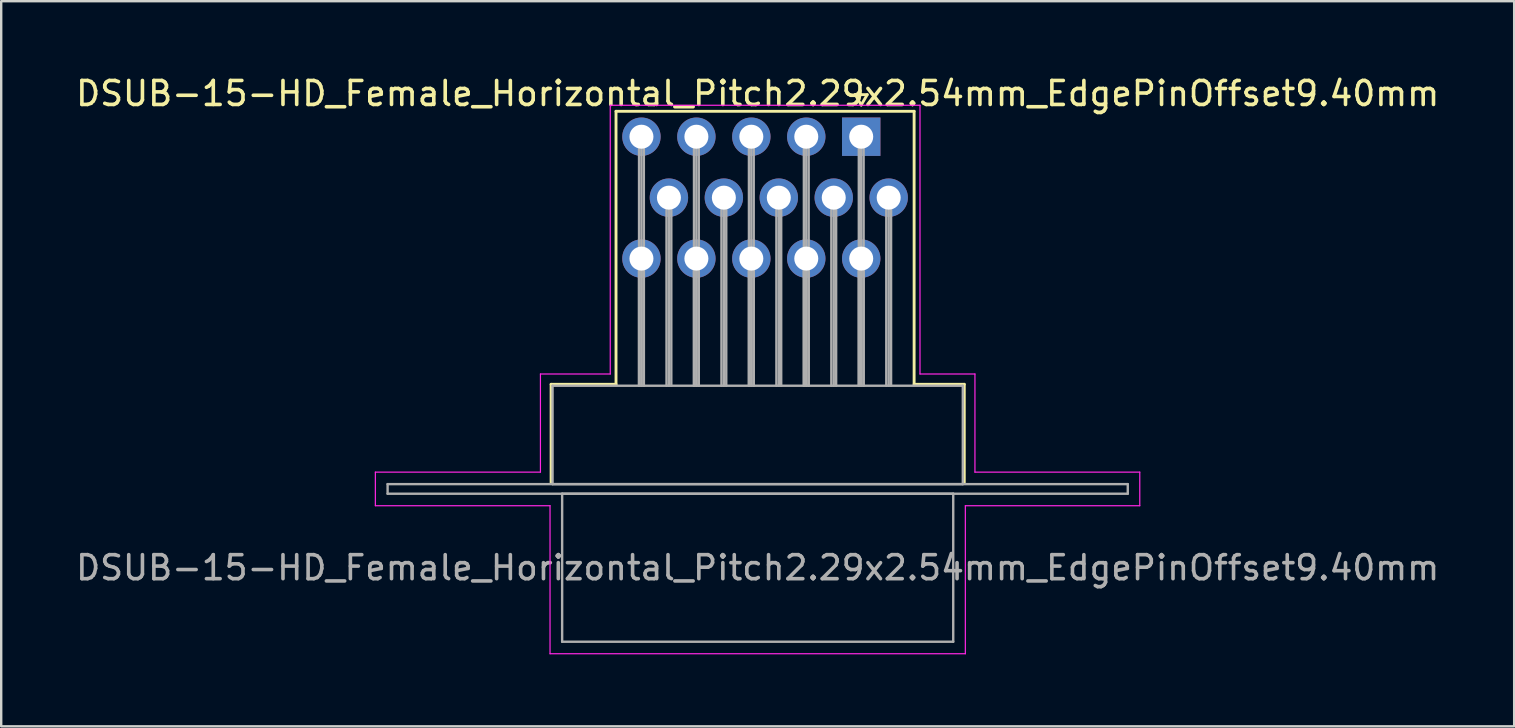
<source format=kicad_pcb>
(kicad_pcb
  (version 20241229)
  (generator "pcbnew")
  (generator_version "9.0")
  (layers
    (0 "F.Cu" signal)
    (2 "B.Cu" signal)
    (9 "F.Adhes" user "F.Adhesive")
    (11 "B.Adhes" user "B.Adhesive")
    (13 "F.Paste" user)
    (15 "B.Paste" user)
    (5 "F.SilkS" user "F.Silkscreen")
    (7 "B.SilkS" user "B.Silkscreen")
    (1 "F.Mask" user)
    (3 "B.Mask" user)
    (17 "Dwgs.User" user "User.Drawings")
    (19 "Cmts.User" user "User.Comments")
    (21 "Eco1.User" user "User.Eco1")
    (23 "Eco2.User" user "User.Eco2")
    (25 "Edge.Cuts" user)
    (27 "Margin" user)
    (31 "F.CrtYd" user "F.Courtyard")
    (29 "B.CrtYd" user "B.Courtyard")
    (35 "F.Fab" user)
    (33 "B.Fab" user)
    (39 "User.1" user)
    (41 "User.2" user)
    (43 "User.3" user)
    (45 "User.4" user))
  (footprint "DSUB-15-HD_Female_Horizontal_Pitch2.29x2.54mm_EdgePinOffset9.40mm"
    (layer "F.Cu")
    (at 32.845 2.648)
    (property "Reference" "DSUB-15-HD_Female_Horizontal_Pitch2.29x2.54mm_EdgePinOffset9.40mm" (at -4.315 -1.8 0) (layer "F.SilkS") (effects (font (size 1 1) (thickness 0.15))))
    (attr through_hole)
    (fp_line (start -12.925 10.32) (end -10.22 10.32) (stroke (width 0.12) (type solid)) (layer "F.SilkS"))
    (fp_line (start -12.925 14.42) (end -12.925 10.32) (stroke (width 0.12) (type solid)) (layer "F.SilkS"))
    (fp_line (start -10.22 -1.06) (end 2.205 -1.06) (stroke (width 0.12) (type solid)) (layer "F.SilkS"))
    (fp_line (start -10.22 10.32) (end -10.22 -1.06) (stroke (width 0.12) (type solid)) (layer "F.SilkS"))
    (fp_line (start -0.25 -1.754) (end 0.25 -1.754) (stroke (width 0.12) (type solid)) (layer "F.SilkS"))
    (fp_line (start 0 -1.321) (end -0.25 -1.754) (stroke (width 0.12) (type solid)) (layer "F.SilkS"))
    (fp_line (start 0.25 -1.754) (end 0 -1.321) (stroke (width 0.12) (type solid)) (layer "F.SilkS"))
    (fp_line (start 2.205 -1.06) (end 2.205 10.32) (stroke (width 0.12) (type solid)) (layer "F.SilkS"))
    (fp_line (start 2.205 10.32) (end 4.295 10.32) (stroke (width 0.12) (type solid)) (layer "F.SilkS"))
    (fp_line (start 4.295 10.32) (end 4.295 14.42) (stroke (width 0.12) (type solid)) (layer "F.SilkS"))
    (fp_line (start -20.25 13.98) (end -13.37 13.98) (stroke (width 0.05) (type solid)) (layer "F.CrtYd"))
    (fp_line (start -20.25 15.38) (end -20.25 13.98) (stroke (width 0.05) (type solid)) (layer "F.CrtYd"))
    (fp_line (start -13.37 9.89) (end -10.46 9.89) (stroke (width 0.05) (type solid)) (layer "F.CrtYd"))
    (fp_line (start -13.37 13.98) (end -13.37 9.89) (stroke (width 0.05) (type solid)) (layer "F.CrtYd"))
    (fp_line (start -12.97 15.38) (end -20.25 15.38) (stroke (width 0.05) (type solid)) (layer "F.CrtYd"))
    (fp_line (start -12.97 21.55) (end -12.97 15.38) (stroke (width 0.05) (type solid)) (layer "F.CrtYd"))
    (fp_line (start -10.46 -1.31) (end 2.45 -1.31) (stroke (width 0.05) (type solid)) (layer "F.CrtYd"))
    (fp_line (start -10.46 9.89) (end -10.46 -1.31) (stroke (width 0.05) (type solid)) (layer "F.CrtYd"))
    (fp_line (start 2.45 -1.31) (end 2.45 9.89) (stroke (width 0.05) (type solid)) (layer "F.CrtYd"))
    (fp_line (start 2.45 9.89) (end 4.74 9.89) (stroke (width 0.05) (type solid)) (layer "F.CrtYd"))
    (fp_line (start 4.34 15.38) (end 4.34 21.55) (stroke (width 0.05) (type solid)) (layer "F.CrtYd"))
    (fp_line (start 4.34 21.55) (end -12.97 21.55) (stroke (width 0.05) (type solid)) (layer "F.CrtYd"))
    (fp_line (start 4.74 9.89) (end 4.74 13.98) (stroke (width 0.05) (type solid)) (layer "F.CrtYd"))
    (fp_line (start 4.74 13.98) (end 11.61 13.98) (stroke (width 0.05) (type solid)) (layer "F.CrtYd"))
    (fp_line (start 11.61 13.98) (end 11.61 15.38) (stroke (width 0.05) (type solid)) (layer "F.CrtYd"))
    (fp_line (start 11.61 15.38) (end 4.34 15.38) (stroke (width 0.05) (type solid)) (layer "F.CrtYd"))
    (fp_line (start -19.74 14.48) (end -19.74 14.88) (stroke (width 0.1) (type solid)) (layer "F.Fab"))
    (fp_line (start -19.74 14.88) (end 11.11 14.88) (stroke (width 0.1) (type solid)) (layer "F.Fab"))
    (fp_line (start -12.865 10.38) (end -12.865 14.48) (stroke (width 0.1) (type solid)) (layer "F.Fab"))
    (fp_line (start -12.865 14.48) (end 4.235 14.48) (stroke (width 0.1) (type solid)) (layer "F.Fab"))
    (fp_line (start -12.465 14.88) (end -12.465 21.05) (stroke (width 0.1) (type solid)) (layer "F.Fab"))
    (fp_line (start -12.465 21.05) (end 3.835 21.05) (stroke (width 0.1) (type solid)) (layer "F.Fab"))
    (fp_line (start -9.26 0) (end -9.26 10.38) (stroke (width 0.1) (type solid)) (layer "F.Fab"))
    (fp_line (start -9.26 5.08) (end -9.26 10.38) (stroke (width 0.1) (type solid)) (layer "F.Fab"))
    (fp_line (start -9.16 0) (end -9.16 10.38) (stroke (width 0.1) (type solid)) (layer "F.Fab"))
    (fp_line (start -9.16 5.08) (end -9.16 10.38) (stroke (width 0.1) (type solid)) (layer "F.Fab"))
    (fp_line (start -9.06 0) (end -9.06 10.38) (stroke (width 0.1) (type solid)) (layer "F.Fab"))
    (fp_line (start -9.06 5.08) (end -9.06 10.38) (stroke (width 0.1) (type solid)) (layer "F.Fab"))
    (fp_line (start -8.115 2.54) (end -8.115 10.38) (stroke (width 0.1) (type solid)) (layer "F.Fab"))
    (fp_line (start -8.015 2.54) (end -8.015 10.38) (stroke (width 0.1) (type solid)) (layer "F.Fab"))
    (fp_line (start -7.915 2.54) (end -7.915 10.38) (stroke (width 0.1) (type solid)) (layer "F.Fab"))
    (fp_line (start -6.97 0) (end -6.97 10.38) (stroke (width 0.1) (type solid)) (layer "F.Fab"))
    (fp_line (start -6.97 5.08) (end -6.97 10.38) (stroke (width 0.1) (type solid)) (layer "F.Fab"))
    (fp_line (start -6.87 0) (end -6.87 10.38) (stroke (width 0.1) (type solid)) (layer "F.Fab"))
    (fp_line (start -6.87 5.08) (end -6.87 10.38) (stroke (width 0.1) (type solid)) (layer "F.Fab"))
    (fp_line (start -6.77 0) (end -6.77 10.38) (stroke (width 0.1) (type solid)) (layer "F.Fab"))
    (fp_line (start -6.77 5.08) (end -6.77 10.38) (stroke (width 0.1) (type solid)) (layer "F.Fab"))
    (fp_line (start -5.825 2.54) (end -5.825 10.38) (stroke (width 0.1) (type solid)) (layer "F.Fab"))
    (fp_line (start -5.725 2.54) (end -5.725 10.38) (stroke (width 0.1) (type solid)) (layer "F.Fab"))
    (fp_line (start -5.625 2.54) (end -5.625 10.38) (stroke (width 0.1) (type solid)) (layer "F.Fab"))
    (fp_line (start -4.68 0) (end -4.68 10.38) (stroke (width 0.1) (type solid)) (layer "F.Fab"))
    (fp_line (start -4.68 5.08) (end -4.68 10.38) (stroke (width 0.1) (type solid)) (layer "F.Fab"))
    (fp_line (start -4.58 0) (end -4.58 10.38) (stroke (width 0.1) (type solid)) (layer "F.Fab"))
    (fp_line (start -4.58 5.08) (end -4.58 10.38) (stroke (width 0.1) (type solid)) (layer "F.Fab"))
    (fp_line (start -4.48 0) (end -4.48 10.38) (stroke (width 0.1) (type solid)) (layer "F.Fab"))
    (fp_line (start -4.48 5.08) (end -4.48 10.38) (stroke (width 0.1) (type solid)) (layer "F.Fab"))
    (fp_line (start -3.535 2.54) (end -3.535 10.38) (stroke (width 0.1) (type solid)) (layer "F.Fab"))
    (fp_line (start -3.435 2.54) (end -3.435 10.38) (stroke (width 0.1) (type solid)) (layer "F.Fab"))
    (fp_line (start -3.335 2.54) (end -3.335 10.38) (stroke (width 0.1) (type solid)) (layer "F.Fab"))
    (fp_line (start -2.39 0) (end -2.39 10.38) (stroke (width 0.1) (type solid)) (layer "F.Fab"))
    (fp_line (start -2.39 5.08) (end -2.39 10.38) (stroke (width 0.1) (type solid)) (layer "F.Fab"))
    (fp_line (start -2.29 0) (end -2.29 10.38) (stroke (width 0.1) (type solid)) (layer "F.Fab"))
    (fp_line (start -2.29 5.08) (end -2.29 10.38) (stroke (width 0.1) (type solid)) (layer "F.Fab"))
    (fp_line (start -2.19 0) (end -2.19 10.38) (stroke (width 0.1) (type solid)) (layer "F.Fab"))
    (fp_line (start -2.19 5.08) (end -2.19 10.38) (stroke (width 0.1) (type solid)) (layer "F.Fab"))
    (fp_line (start -1.245 2.54) (end -1.245 10.38) (stroke (width 0.1) (type solid)) (layer "F.Fab"))
    (fp_line (start -1.145 2.54) (end -1.145 10.38) (stroke (width 0.1) (type solid)) (layer "F.Fab"))
    (fp_line (start -1.045 2.54) (end -1.045 10.38) (stroke (width 0.1) (type solid)) (layer "F.Fab"))
    (fp_line (start -0.1 0) (end -0.1 10.38) (stroke (width 0.1) (type solid)) (layer "F.Fab"))
    (fp_line (start -0.1 5.08) (end -0.1 10.38) (stroke (width 0.1) (type solid)) (layer "F.Fab"))
    (fp_line (start 0 0) (end 0 10.38) (stroke (width 0.1) (type solid)) (layer "F.Fab"))
    (fp_line (start 0 5.08) (end 0 10.38) (stroke (width 0.1) (type solid)) (layer "F.Fab"))
    (fp_line (start 0.1 0) (end 0.1 10.38) (stroke (width 0.1) (type solid)) (layer "F.Fab"))
    (fp_line (start 0.1 5.08) (end 0.1 10.38) (stroke (width 0.1) (type solid)) (layer "F.Fab"))
    (fp_line (start 1.045 2.54) (end 1.045 10.38) (stroke (width 0.1) (type solid)) (layer "F.Fab"))
    (fp_line (start 1.145 2.54) (end 1.145 10.38) (stroke (width 0.1) (type solid)) (layer "F.Fab"))
    (fp_line (start 1.245 2.54) (end 1.245 10.38) (stroke (width 0.1) (type solid)) (layer "F.Fab"))
    (fp_line (start 3.835 14.88) (end -12.465 14.88) (stroke (width 0.1) (type solid)) (layer "F.Fab"))
    (fp_line (start 3.835 21.05) (end 3.835 14.88) (stroke (width 0.1) (type solid)) (layer "F.Fab"))
    (fp_line (start 4.235 10.38) (end -12.865 10.38) (stroke (width 0.1) (type solid)) (layer "F.Fab"))
    (fp_line (start 4.235 14.48) (end 4.235 10.38) (stroke (width 0.1) (type solid)) (layer "F.Fab"))
    (fp_line (start 11.11 14.48) (end -19.74 14.48) (stroke (width 0.1) (type solid)) (layer "F.Fab"))
    (fp_line (start 11.11 14.88) (end 11.11 14.48) (stroke (width 0.1) (type solid)) (layer "F.Fab"))
    (fp_text user "${REFERENCE}" (at -4.315 17.965 0) (layer "F.Fab") (effects (font (size 1 1) (thickness 0.15))))
    (pad "1" thru_hole rect (at 0 0) (size 1.6 1.6) (drill 1) (layers "*.Cu" "*.Mask"))
    (pad "2" thru_hole circle (at -2.29 0) (size 1.6 1.6) (drill 1) (layers "*.Cu" "*.Mask"))
    (pad "3" thru_hole circle (at -4.58 0) (size 1.6 1.6) (drill 1) (layers "*.Cu" "*.Mask"))
    (pad "4" thru_hole circle (at -6.87 0) (size 1.6 1.6) (drill 1) (layers "*.Cu" "*.Mask"))
    (pad "5" thru_hole circle (at -9.16 0) (size 1.6 1.6) (drill 1) (layers "*.Cu" "*.Mask"))
    (pad "6" thru_hole circle (at 1.145 2.54) (size 1.6 1.6) (drill 1) (layers "*.Cu" "*.Mask"))
    (pad "7" thru_hole circle (at -1.145 2.54) (size 1.6 1.6) (drill 1) (layers "*.Cu" "*.Mask"))
    (pad "8" thru_hole circle (at -3.435 2.54) (size 1.6 1.6) (drill 1) (layers "*.Cu" "*.Mask"))
    (pad "9" thru_hole circle (at -5.725 2.54) (size 1.6 1.6) (drill 1) (layers "*.Cu" "*.Mask"))
    (pad "10" thru_hole circle (at -8.015 2.54) (size 1.6 1.6) (drill 1) (layers "*.Cu" "*.Mask"))
    (pad "11" thru_hole circle (at 0 5.08) (size 1.6 1.6) (drill 1) (layers "*.Cu" "*.Mask"))
    (pad "12" thru_hole circle (at -2.29 5.08) (size 1.6 1.6) (drill 1) (layers "*.Cu" "*.Mask"))
    (pad "13" thru_hole circle (at -4.58 5.08) (size 1.6 1.6) (drill 1) (layers "*.Cu" "*.Mask"))
    (pad "14" thru_hole circle (at -6.87 5.08) (size 1.6 1.6) (drill 1) (layers "*.Cu" "*.Mask"))
    (pad "15" thru_hole circle (at -9.16 5.08) (size 1.6 1.6) (drill 1) (layers "*.Cu" "*.Mask")))
  (gr_rect
    (start -3 -3)
    (end 60.06 27.223)
    (stroke (width 0.1) (type default))
    (fill no)
    (layer "Edge.Cuts")))
</source>
